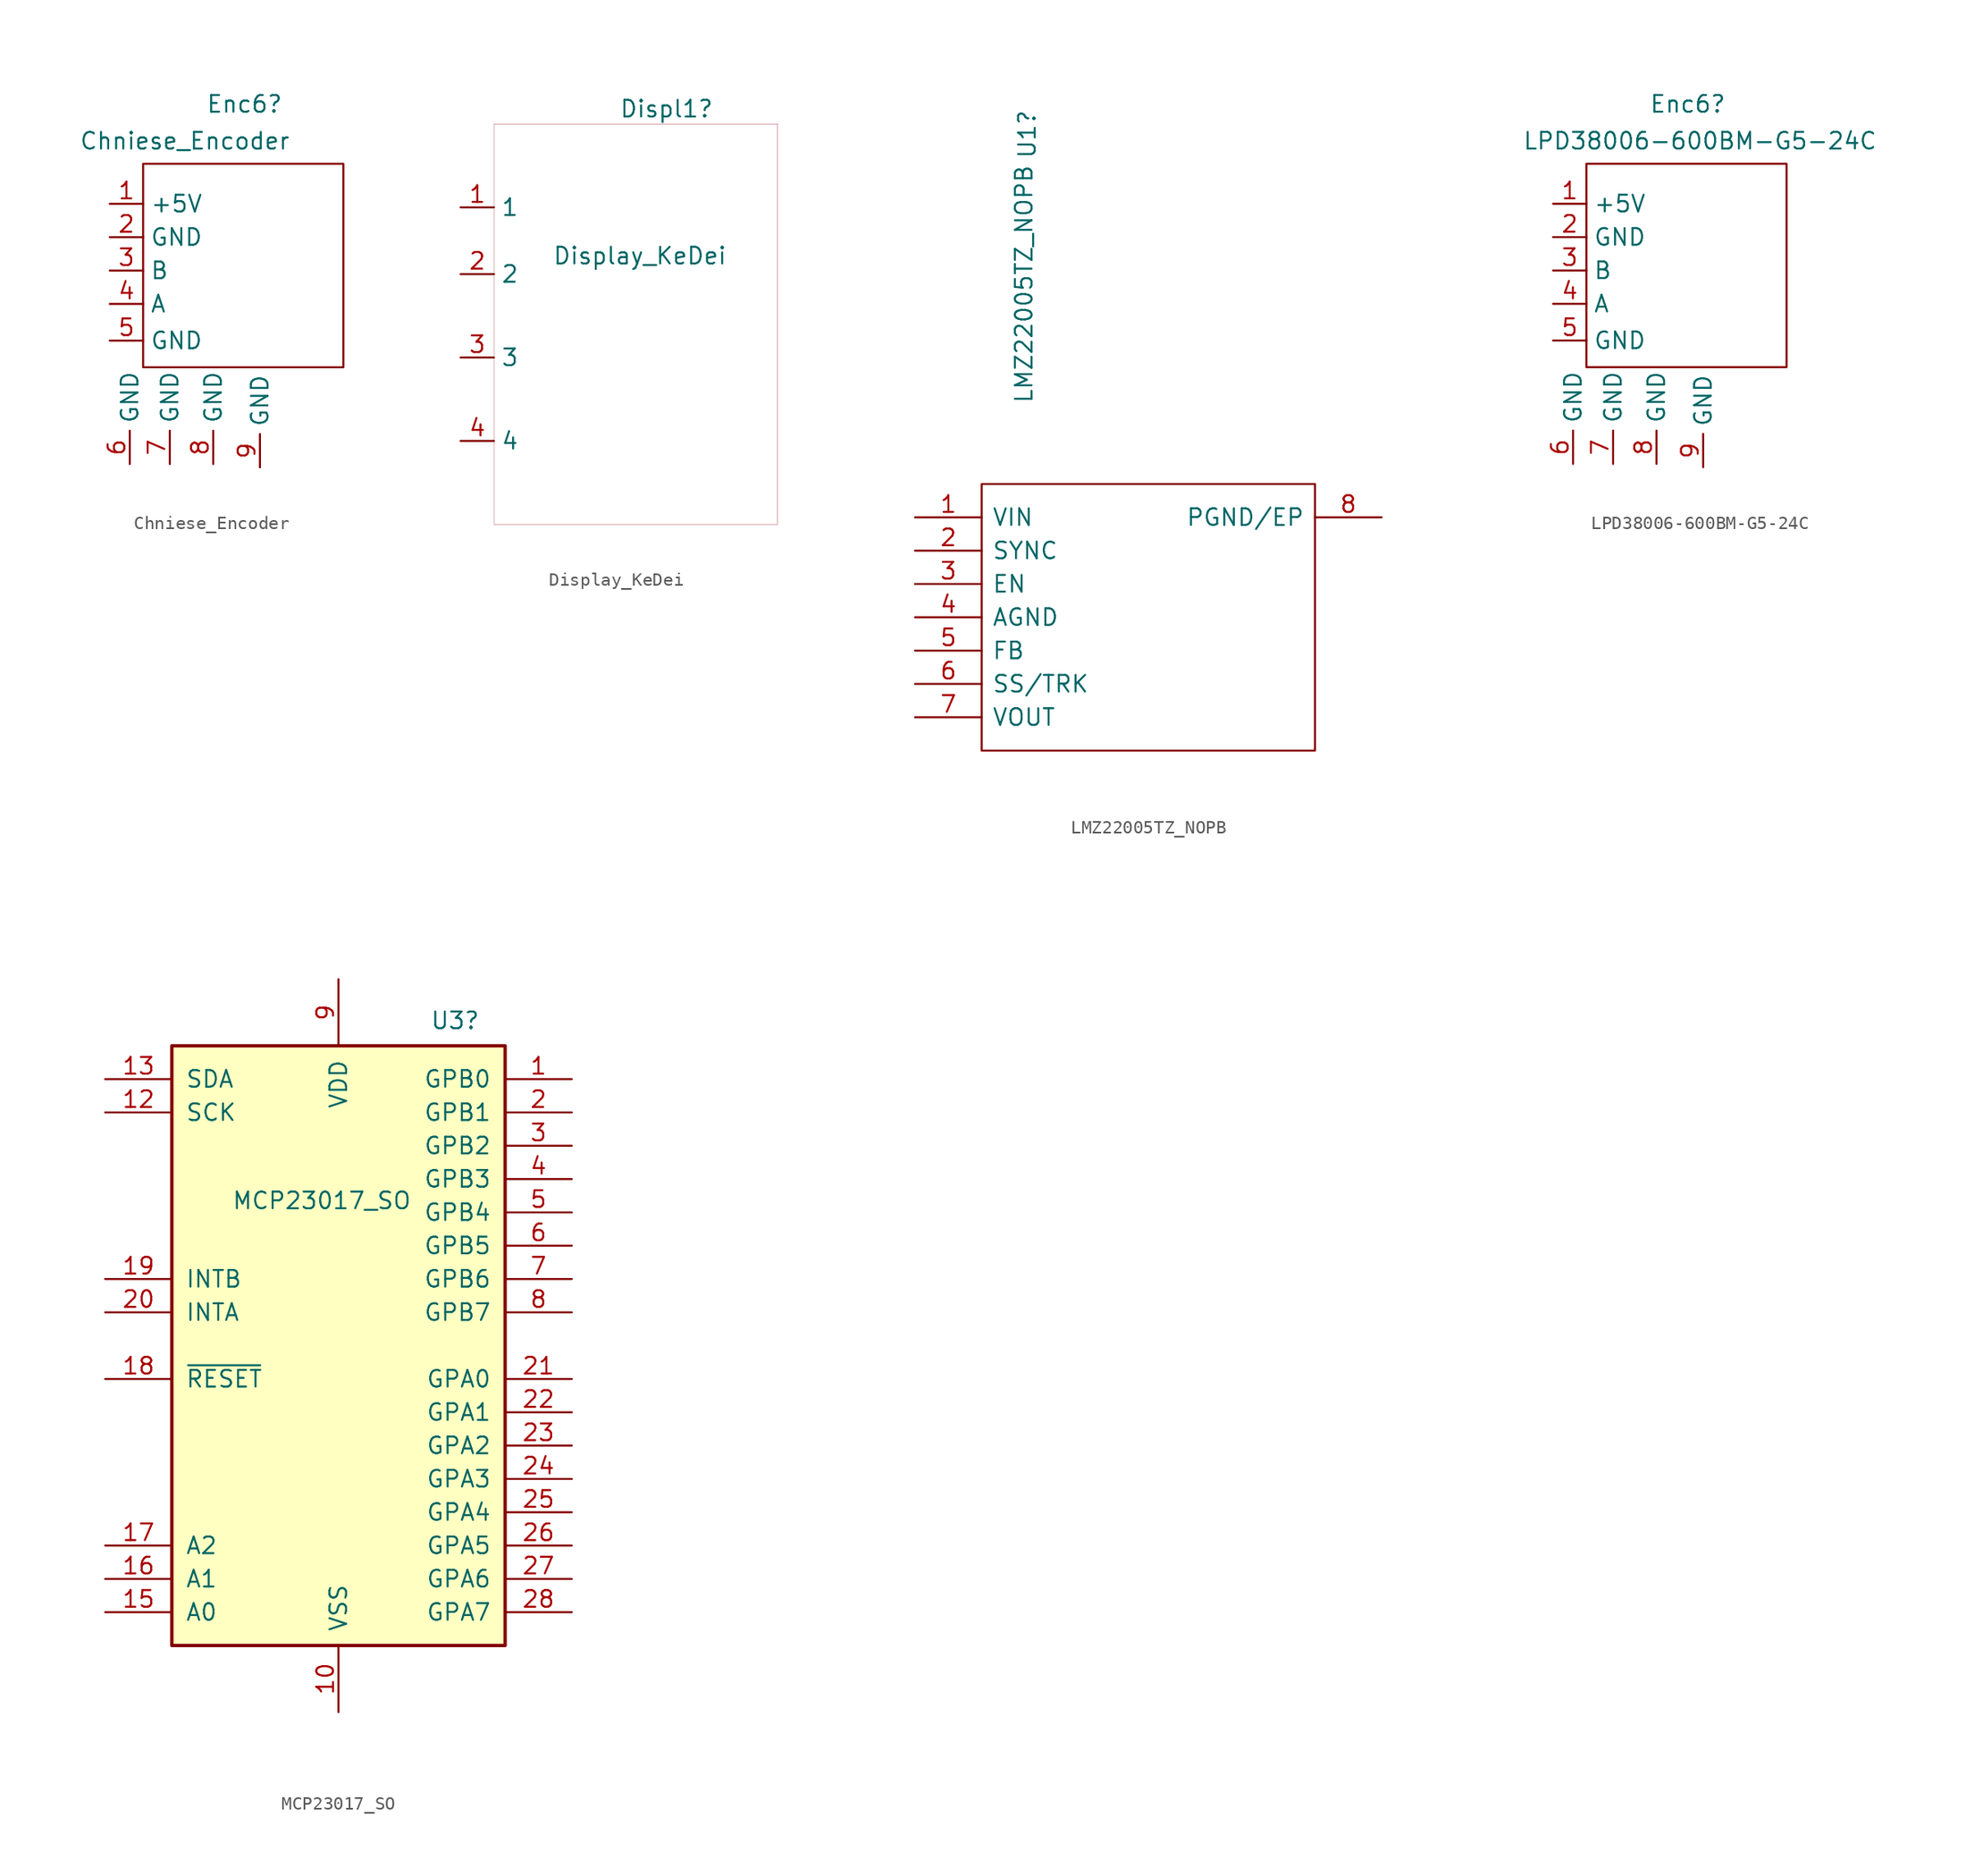
<source format=kicad_sym>
(kicad_symbol_lib
  (version 20211014)
  (generator kicad_symbol_editor)
  (symbol "Chniese_Encoder"
    (property "Reference" "Enc6"
      (at 4.521 3.276 0)
      (effects (font (size 1.27 1.27)) (justify left)))
    (property "Value" "Chniese_Encoder"
      (at -5.131 0.469 0)
      (effects (font (size 1.27 1.27)) (justify left)))
    (symbol "Chniese_Encoder_0_1"
      (rectangle (start -0.254 -1.27) (end 14.986 -16.764) (stroke (width 0.152) (type default) (color 0 0 0 0)) (fill (type none))))
    (symbol "Chniese_Encoder_1_1"
      (pin passive line (at -2.794 -4.318 0) (length 2.54) (name "+5V" (effects (font (size 1.27 1.27)))) (number "1" (effects (font (size 1.27 1.27)))))
      (pin passive line (at -2.794 -6.858 0) (length 2.54) (name "GND" (effects (font (size 1.27 1.27)))) (number "2" (effects (font (size 1.27 1.27)))))
      (pin passive line (at -2.794 -9.398 0) (length 2.54) (name "B" (effects (font (size 1.27 1.27)))) (number "3" (effects (font (size 1.27 1.27)))))
      (pin passive line (at -2.794 -11.938 0) (length 2.54) (name "A" (effects (font (size 1.27 1.27)))) (number "4" (effects (font (size 1.27 1.27)))))
      (pin passive line (at -2.794 -14.732 0) (length 2.54) (name "GND" (effects (font (size 1.27 1.27)))) (number "5" (effects (font (size 1.27 1.27)))))
      (pin passive line (at -1.27 -24.13 90) (length 2.54) (name "GND" (effects (font (size 1.27 1.27)))) (number "6" (effects (font (size 1.27 1.27)))))
      (pin passive line (at 1.778 -24.13 90) (length 2.54) (name "GND" (effects (font (size 1.27 1.27)))) (number "7" (effects (font (size 1.27 1.27)))))
      (pin passive line (at 5.08 -24.13 90) (length 2.54) (name "GND" (effects (font (size 1.27 1.27)))) (number "8" (effects (font (size 1.27 1.27)))))
      (pin passive line (at 8.636 -24.384 90) (length 2.54) (name "GND" (effects (font (size 1.27 1.27)))) (number "9" (effects (font (size 1.27 1.27)))))))
  (symbol "Display_KeDei"
    (property "Reference" "Displ1"
      (at 8.255 11.309 0)
      (effects (font (size 1.27 1.27)) (justify left)))
    (property "Value" "Display_KeDei"
      (at 3.175 0.121 0)
      (effects (font (size 1.27 1.27)) (justify left)))
    (symbol "Display_KeDei_0_1"
      (rectangle (start -3.81 -6.35) (end -3.81 -6.35) (stroke (width 0.001) (type default) (color 0 0 0 0)) (fill (type none)))
      (rectangle (start -1.27 10.16) (end 20.32 -20.32) (stroke (width 0.001) (type default) (color 0 0 0 0)) (fill (type none))))
    (symbol "Display_KeDei_1_1"
      (pin passive line (at -3.81 3.81 0) (length 2.54) (name "1" (effects (font (size 1.27 1.27)))) (number "1" (effects (font (size 1.27 1.27)))))
      (pin passive line (at -3.81 -1.27 0) (length 2.54) (name "2" (effects (font (size 1.27 1.27)))) (number "2" (effects (font (size 1.27 1.27)))))
      (pin passive line (at -3.81 -7.62 0) (length 2.54) (name "3" (effects (font (size 1.27 1.27)))) (number "3" (effects (font (size 1.27 1.27)))))
      (pin passive line (at -3.81 -13.97 0) (length 2.54) (name "4" (effects (font (size 1.27 1.27)))) (number "4" (effects (font (size 1.27 1.27)))))))
  (symbol "LMZ22005TZ_NOPB"
    (pin_names
      (offset 0.762))
    (property "Reference" "U1"
      (at 8.541 29.21 90)
      (effects (font (size 1.27 1.27))))
    (property "Value" "LMZ22005TZ_NOPB"
      (at 8.299 17.78 90)
      (effects (font (size 1.27 1.27))))
    (symbol "LMZ22005TZ_NOPB_0_0"
      (pin passive line (at 0 0 0) (length 5.08) (name "VIN" (effects (font (size 1.27 1.27)))) (number "1" (effects (font (size 1.27 1.27)))))
      (pin passive line (at 0 -2.54 0) (length 5.08) (name "SYNC" (effects (font (size 1.27 1.27)))) (number "2" (effects (font (size 1.27 1.27)))))
      (pin passive line (at 0 -5.08 0) (length 5.08) (name "EN" (effects (font (size 1.27 1.27)))) (number "3" (effects (font (size 1.27 1.27)))))
      (pin passive line (at 0 -7.62 0) (length 5.08) (name "AGND" (effects (font (size 1.27 1.27)))) (number "4" (effects (font (size 1.27 1.27)))))
      (pin passive line (at 0 -10.16 0) (length 5.08) (name "FB" (effects (font (size 1.27 1.27)))) (number "5" (effects (font (size 1.27 1.27)))))
      (pin passive line (at 0 -12.7 0) (length 5.08) (name "SS/TRK" (effects (font (size 1.27 1.27)))) (number "6" (effects (font (size 1.27 1.27)))))
      (pin passive line (at 0 -15.24 0) (length 5.08) (name "VOUT" (effects (font (size 1.27 1.27)))) (number "7" (effects (font (size 1.27 1.27)))))
      (pin passive line (at 35.56 0 180) (length 5.08) (name "PGND/EP" (effects (font (size 1.27 1.27)))) (number "8" (effects (font (size 1.27 1.27))))))
    (symbol "LMZ22005TZ_NOPB_0_1"
      (polyline (pts (xy 5.08 2.54) (xy 30.48 2.54) (xy 30.48 -17.78) (xy 5.08 -17.78) (xy 5.08 2.54)) (stroke (width 0.152) (type default) (color 0 0 0 0)) (fill (type none)))))
  (symbol "LPD38006-600BM-G5-24C"
    (property "Reference" "Enc6"
      (at 4.521 3.276 0)
      (effects (font (size 1.27 1.27)) (justify left)))
    (property "Value" "LPD38006-600BM-G5-24C"
      (at -5.131 0.469 0)
      (effects (font (size 1.27 1.27)) (justify left)))
    (symbol "LPD38006-600BM-G5-24C_0_1"
      (rectangle (start -0.254 -1.27) (end 14.986 -16.764) (stroke (width 0.152) (type default) (color 0 0 0 0)) (fill (type none))))
    (symbol "LPD38006-600BM-G5-24C_1_1"
      (pin passive line (at -2.794 -4.318 0) (length 2.54) (name "+5V" (effects (font (size 1.27 1.27)))) (number "1" (effects (font (size 1.27 1.27)))))
      (pin passive line (at -2.794 -6.858 0) (length 2.54) (name "GND" (effects (font (size 1.27 1.27)))) (number "2" (effects (font (size 1.27 1.27)))))
      (pin passive line (at -2.794 -9.398 0) (length 2.54) (name "B" (effects (font (size 1.27 1.27)))) (number "3" (effects (font (size 1.27 1.27)))))
      (pin passive line (at -2.794 -11.938 0) (length 2.54) (name "A" (effects (font (size 1.27 1.27)))) (number "4" (effects (font (size 1.27 1.27)))))
      (pin passive line (at -2.794 -14.732 0) (length 2.54) (name "GND" (effects (font (size 1.27 1.27)))) (number "5" (effects (font (size 1.27 1.27)))))
      (pin passive line (at -1.27 -24.13 90) (length 2.54) (name "GND" (effects (font (size 1.27 1.27)))) (number "6" (effects (font (size 1.27 1.27)))))
      (pin passive line (at 1.778 -24.13 90) (length 2.54) (name "GND" (effects (font (size 1.27 1.27)))) (number "7" (effects (font (size 1.27 1.27)))))
      (pin passive line (at 5.08 -24.13 90) (length 2.54) (name "GND" (effects (font (size 1.27 1.27)))) (number "8" (effects (font (size 1.27 1.27)))))
      (pin passive line (at 8.636 -24.384 90) (length 2.54) (name "GND" (effects (font (size 1.27 1.27)))) (number "9" (effects (font (size 1.27 1.27)))))))
  (symbol "MCP23017_SO"
    (pin_names
      (offset 1.016))
    (property "Reference" "U3"
      (at 8.89 24.784 0)
      (effects (font (size 1.27 1.27))))
    (property "Value" "MCP23017_SO"
      (at -1.27 11.056 0)
      (effects (font (size 1.27 1.27))))
    (symbol "MCP23017_SO_0_1"
      (rectangle (start -12.7 22.86) (end 12.7 -22.86) (stroke (width 0.254) (type default) (color 0 0 0 0)) (fill (type background))))
    (symbol "MCP23017_SO_1_1"
      (pin bidirectional line (at 17.78 20.32 180) (length 5.08) (name "GPB0" (effects (font (size 1.27 1.27)))) (number "1" (effects (font (size 1.27 1.27)))))
      (pin power_in line (at 0 -27.94 90) (length 5.08) (name "VSS" (effects (font (size 1.27 1.27)))) (number "10" (effects (font (size 1.27 1.27)))))
      (pin no_connect line (at -12.7 15.24 0) (length 5.08) hide (name "NC" (effects (font (size 1.27 1.27)))) (number "11" (effects (font (size 1.27 1.27)))))
      (pin input line (at -17.78 17.78 0) (length 5.08) (name "SCK" (effects (font (size 1.27 1.27)))) (number "12" (effects (font (size 1.27 1.27)))))
      (pin bidirectional line (at -17.78 20.32 0) (length 5.08) (name "SDA" (effects (font (size 1.27 1.27)))) (number "13" (effects (font (size 1.27 1.27)))))
      (pin no_connect line (at -12.7 12.7 0) (length 5.08) hide (name "NC" (effects (font (size 1.27 1.27)))) (number "14" (effects (font (size 1.27 1.27)))))
      (pin input line (at -17.78 -20.32 0) (length 5.08) (name "A0" (effects (font (size 1.27 1.27)))) (number "15" (effects (font (size 1.27 1.27)))))
      (pin input line (at -17.78 -17.78 0) (length 5.08) (name "A1" (effects (font (size 1.27 1.27)))) (number "16" (effects (font (size 1.27 1.27)))))
      (pin input line (at -17.78 -15.24 0) (length 5.08) (name "A2" (effects (font (size 1.27 1.27)))) (number "17" (effects (font (size 1.27 1.27)))))
      (pin input line (at -17.78 -2.54 0) (length 5.08) (name "~{RESET}" (effects (font (size 1.27 1.27)))) (number "18" (effects (font (size 1.27 1.27)))))
      (pin tri_state line (at -17.78 5.08 0) (length 5.08) (name "INTB" (effects (font (size 1.27 1.27)))) (number "19" (effects (font (size 1.27 1.27)))))
      (pin bidirectional line (at 17.78 17.78 180) (length 5.08) (name "GPB1" (effects (font (size 1.27 1.27)))) (number "2" (effects (font (size 1.27 1.27)))))
      (pin tri_state line (at -17.78 2.54 0) (length 5.08) (name "INTA" (effects (font (size 1.27 1.27)))) (number "20" (effects (font (size 1.27 1.27)))))
      (pin bidirectional line (at 17.78 -2.54 180) (length 5.08) (name "GPA0" (effects (font (size 1.27 1.27)))) (number "21" (effects (font (size 1.27 1.27)))))
      (pin bidirectional line (at 17.78 -5.08 180) (length 5.08) (name "GPA1" (effects (font (size 1.27 1.27)))) (number "22" (effects (font (size 1.27 1.27)))))
      (pin bidirectional line (at 17.78 -7.62 180) (length 5.08) (name "GPA2" (effects (font (size 1.27 1.27)))) (number "23" (effects (font (size 1.27 1.27)))))
      (pin bidirectional line (at 17.78 -10.16 180) (length 5.08) (name "GPA3" (effects (font (size 1.27 1.27)))) (number "24" (effects (font (size 1.27 1.27)))))
      (pin bidirectional line (at 17.78 -12.7 180) (length 5.08) (name "GPA4" (effects (font (size 1.27 1.27)))) (number "25" (effects (font (size 1.27 1.27)))))
      (pin bidirectional line (at 17.78 -15.24 180) (length 5.08) (name "GPA5" (effects (font (size 1.27 1.27)))) (number "26" (effects (font (size 1.27 1.27)))))
      (pin bidirectional line (at 17.78 -17.78 180) (length 5.08) (name "GPA6" (effects (font (size 1.27 1.27)))) (number "27" (effects (font (size 1.27 1.27)))))
      (pin bidirectional line (at 17.78 -20.32 180) (length 5.08) (name "GPA7" (effects (font (size 1.27 1.27)))) (number "28" (effects (font (size 1.27 1.27)))))
      (pin bidirectional line (at 17.78 15.24 180) (length 5.08) (name "GPB2" (effects (font (size 1.27 1.27)))) (number "3" (effects (font (size 1.27 1.27)))))
      (pin bidirectional line (at 17.78 12.7 180) (length 5.08) (name "GPB3" (effects (font (size 1.27 1.27)))) (number "4" (effects (font (size 1.27 1.27)))))
      (pin bidirectional line (at 17.78 10.16 180) (length 5.08) (name "GPB4" (effects (font (size 1.27 1.27)))) (number "5" (effects (font (size 1.27 1.27)))))
      (pin bidirectional line (at 17.78 7.62 180) (length 5.08) (name "GPB5" (effects (font (size 1.27 1.27)))) (number "6" (effects (font (size 1.27 1.27)))))
      (pin bidirectional line (at 17.78 5.08 180) (length 5.08) (name "GPB6" (effects (font (size 1.27 1.27)))) (number "7" (effects (font (size 1.27 1.27)))))
      (pin bidirectional line (at 17.78 2.54 180) (length 5.08) (name "GPB7" (effects (font (size 1.27 1.27)))) (number "8" (effects (font (size 1.27 1.27)))))
      (pin power_in line (at 0 27.94 270) (length 5.08) (name "VDD" (effects (font (size 1.27 1.27)))) (number "9" (effects (font (size 1.27 1.27))))))))
</source>
